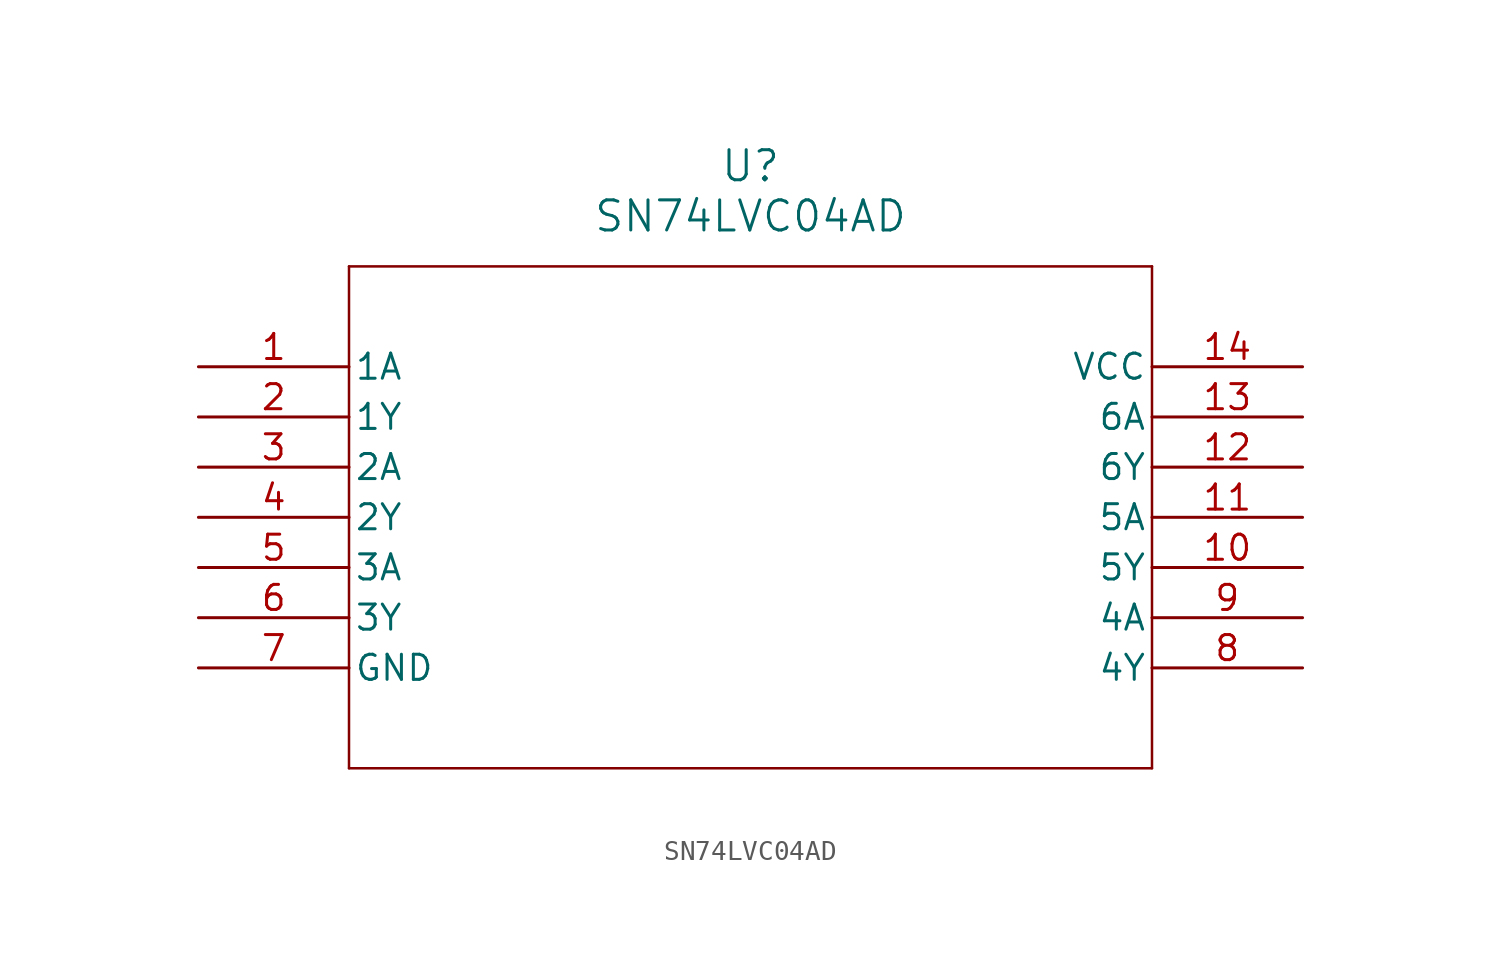
<source format=kicad_sym>
(kicad_symbol_lib
  (version 20211014)
  (generator kicad_symbol_editor)
  (symbol "SN74LVC04AD"
    (pin_names
      (offset 0.254))
    (property "Reference" "U"
      (at 27.94 10.16 0)
      (effects (font (size 1.524 1.524))))
    (property "Value" "SN74LVC04AD"
      (at 27.94 7.62 0)
      (effects (font (size 1.524 1.524))))
    (symbol "SN74LVC04AD_0_1"
      (polyline (pts (xy 7.62 5.08) (xy 7.62 -20.32)) (stroke (width 0.127) (type default) (color 0 0 0 0)) (fill (type none)))
      (polyline (pts (xy 7.62 -20.32) (xy 48.26 -20.32)) (stroke (width 0.127) (type default) (color 0 0 0 0)) (fill (type none)))
      (polyline (pts (xy 48.26 -20.32) (xy 48.26 5.08)) (stroke (width 0.127) (type default) (color 0 0 0 0)) (fill (type none)))
      (polyline (pts (xy 48.26 5.08) (xy 7.62 5.08)) (stroke (width 0.127) (type default) (color 0 0 0 0)) (fill (type none)))
      (pin input line (at 0 0 0) (length 7.62) (name "1A" (effects (font (size 1.27 1.27)))) (number "1" (effects (font (size 1.27 1.27)))))
      (pin output line (at 0 -2.54 0) (length 7.62) (name "1Y" (effects (font (size 1.27 1.27)))) (number "2" (effects (font (size 1.27 1.27)))))
      (pin input line (at 0 -5.08 0) (length 7.62) (name "2A" (effects (font (size 1.27 1.27)))) (number "3" (effects (font (size 1.27 1.27)))))
      (pin output line (at 0 -7.62 0) (length 7.62) (name "2Y" (effects (font (size 1.27 1.27)))) (number "4" (effects (font (size 1.27 1.27)))))
      (pin input line (at 0 -10.16 0) (length 7.62) (name "3A" (effects (font (size 1.27 1.27)))) (number "5" (effects (font (size 1.27 1.27)))))
      (pin output line (at 0 -12.7 0) (length 7.62) (name "3Y" (effects (font (size 1.27 1.27)))) (number "6" (effects (font (size 1.27 1.27)))))
      (pin power_in line (at 0 -15.24 0) (length 7.62) (name "GND" (effects (font (size 1.27 1.27)))) (number "7" (effects (font (size 1.27 1.27)))))
      (pin output line (at 55.88 -15.24 180) (length 7.62) (name "4Y" (effects (font (size 1.27 1.27)))) (number "8" (effects (font (size 1.27 1.27)))))
      (pin input line (at 55.88 -12.7 180) (length 7.62) (name "4A" (effects (font (size 1.27 1.27)))) (number "9" (effects (font (size 1.27 1.27)))))
      (pin output line (at 55.88 -10.16 180) (length 7.62) (name "5Y" (effects (font (size 1.27 1.27)))) (number "10" (effects (font (size 1.27 1.27)))))
      (pin input line (at 55.88 -7.62 180) (length 7.62) (name "5A" (effects (font (size 1.27 1.27)))) (number "11" (effects (font (size 1.27 1.27)))))
      (pin output line (at 55.88 -5.08 180) (length 7.62) (name "6Y" (effects (font (size 1.27 1.27)))) (number "12" (effects (font (size 1.27 1.27)))))
      (pin input line (at 55.88 -2.54 180) (length 7.62) (name "6A" (effects (font (size 1.27 1.27)))) (number "13" (effects (font (size 1.27 1.27)))))
      (pin power_in line (at 55.88 0 180) (length 7.62) (name "VCC" (effects (font (size 1.27 1.27)))) (number "14" (effects (font (size 1.27 1.27))))))))
</source>
